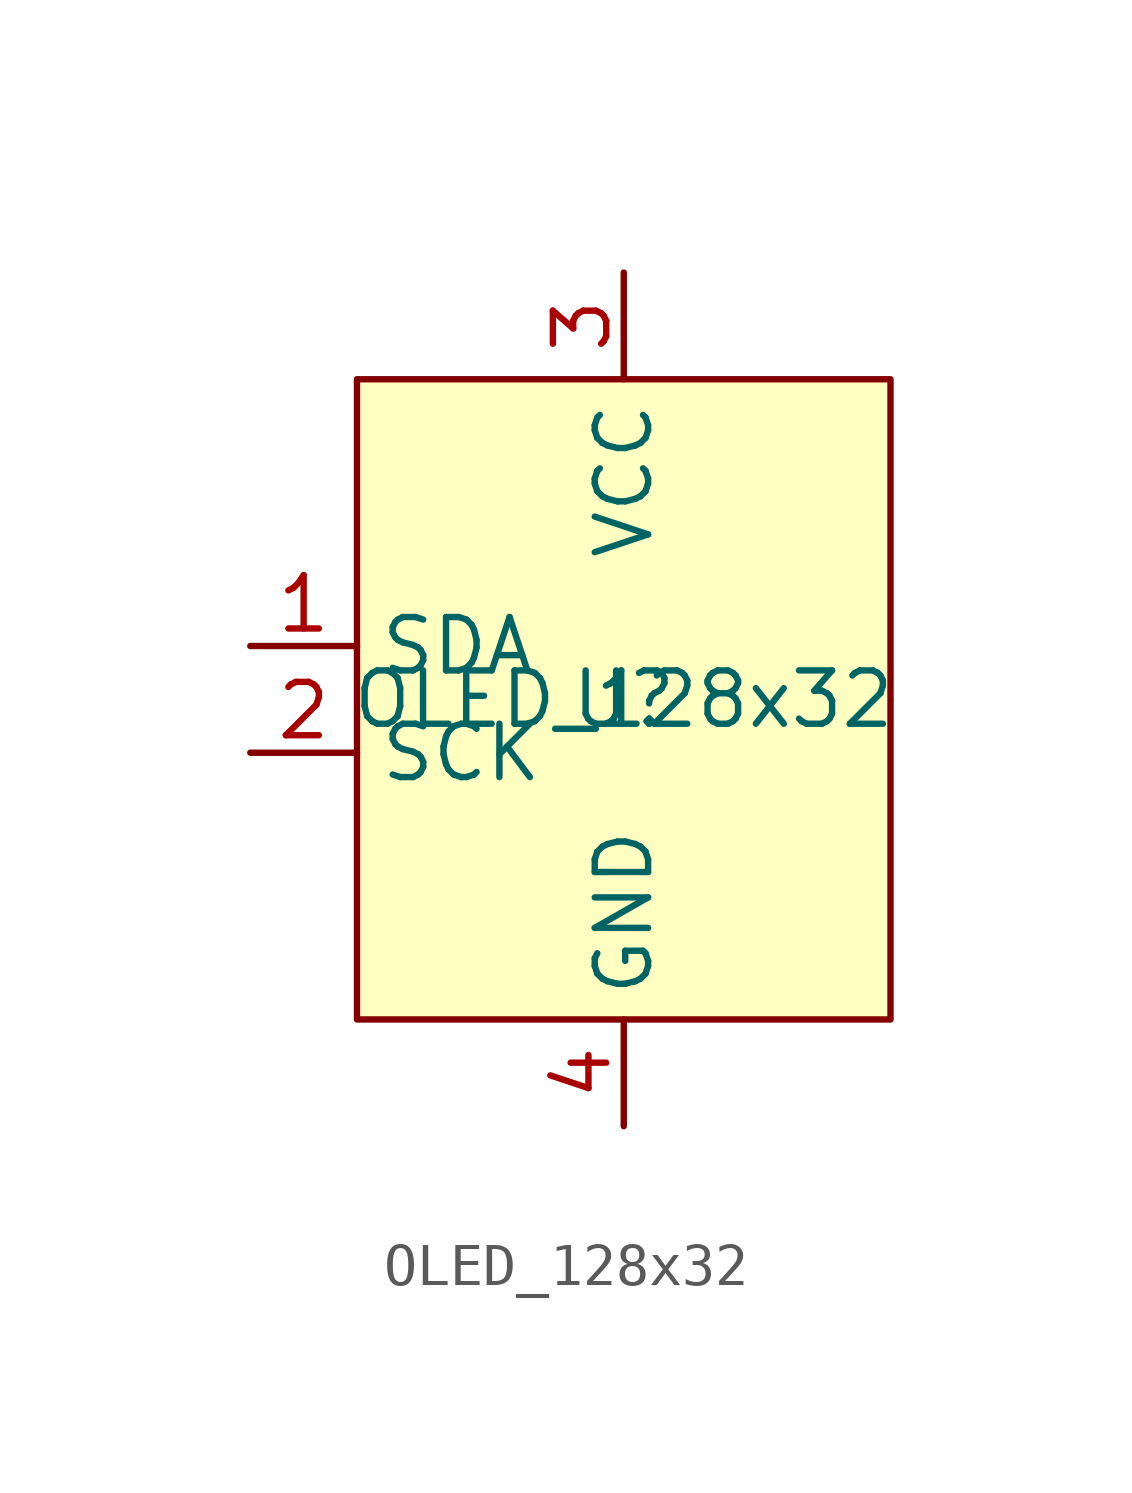
<source format=kicad_sym>
(kicad_symbol_lib
  (version 20231120)
  (generator "kicad_symbol_editor")
  (generator_version "8.0")
  (symbol "OLED_128x32"
    (property "Reference" "U"
      (at 0 0 0)
      (effects (font (size 1.27 1.27))))
    (property "Value" "OLED_128x32"
      (at 0 0 0)
      (effects (font (size 1.27 1.27))))
    (symbol "OLED_128x32_1_1"
      (rectangle (start -6.35 7.62) (end 6.35 -7.62) (stroke (width 0) (type default)) (fill (type background)))
      (pin input line (at -8.89 1.27 0) (length 2.54) (name "SDA" (effects (font (size 1.27 1.27)))) (number "1" (effects (font (size 1.27 1.27)))))
      (pin input line (at -8.89 -1.27 0) (length 2.54) (name "SCK" (effects (font (size 1.27 1.27)))) (number "2" (effects (font (size 1.27 1.27)))))
      (pin power_in line (at 0 10.16 270) (length 2.54) (name "VCC" (effects (font (size 1.27 1.27)))) (number "3" (effects (font (size 1.27 1.27)))))
      (pin power_in line (at 0 -10.16 90) (length 2.54) (name "GND" (effects (font (size 1.27 1.27)))) (number "4" (effects (font (size 1.27 1.27))))))))
</source>
